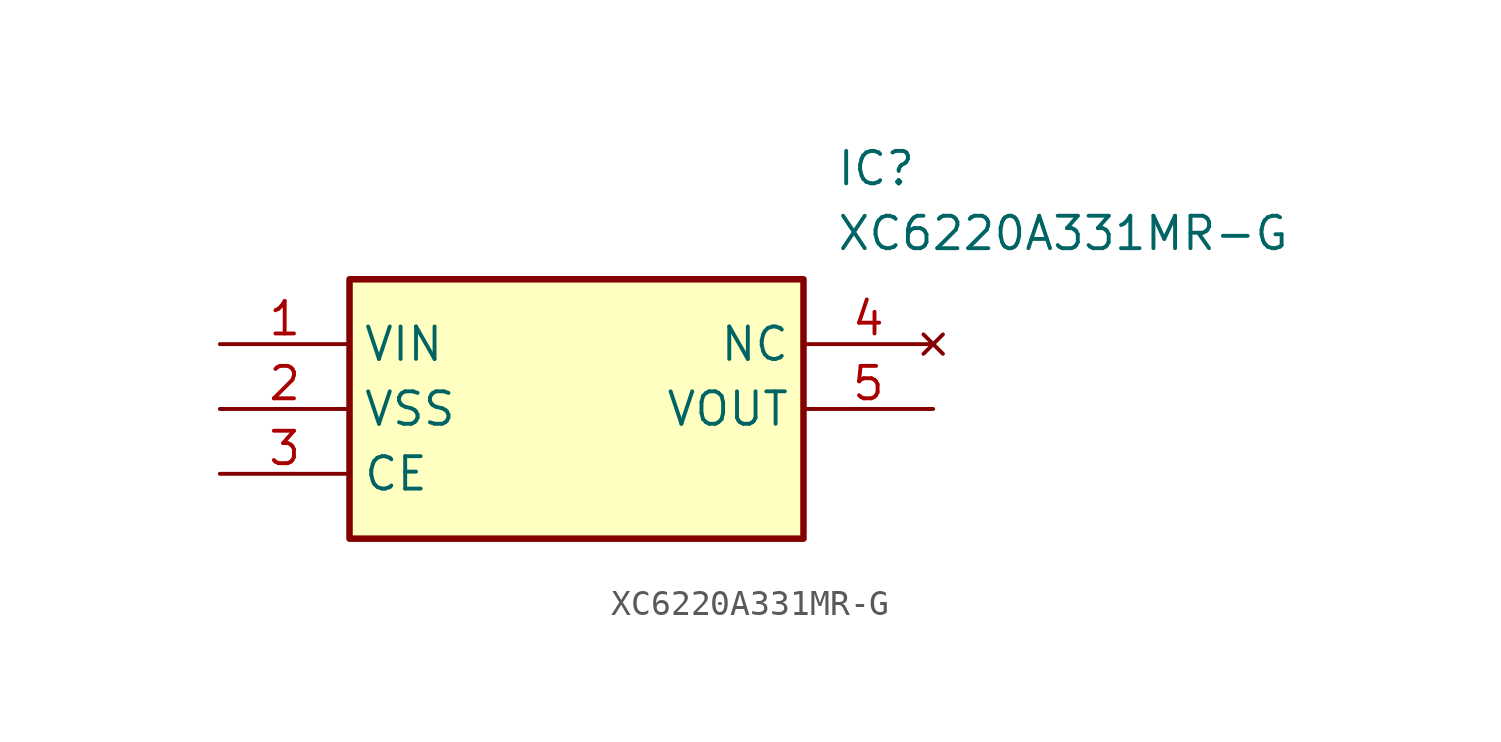
<source format=kicad_sym>
(kicad_symbol_lib
  (version 20211014)
  (generator SamacSys_ECAD_Model)
  (symbol "XC6220A331MR-G"
    (property "Reference" "IC"
      (at 24.13 7.62 0)
      (effects (font (size 1.27 1.27)) (justify left top)))
    (property "Value" "XC6220A331MR-G"
      (at 24.13 5.08 0)
      (effects (font (size 1.27 1.27)) (justify left top)))
    (rectangle
      (start 5.08 2.54)
      (end 22.86 -7.62)
      (stroke (width 0.254) (type default))
      (fill (type background)))
    (pin passive line
      (at 0 0 0)
      (length 5.08)
      (name "VIN" (effects (font (size 1.27 1.27))))
      (number "1" (effects (font (size 1.27 1.27)))))
    (pin passive line
      (at 0 -2.54 0)
      (length 5.08)
      (name "VSS" (effects (font (size 1.27 1.27))))
      (number "2" (effects (font (size 1.27 1.27)))))
    (pin passive line
      (at 0 -5.08 0)
      (length 5.08)
      (name "CE" (effects (font (size 1.27 1.27))))
      (number "3" (effects (font (size 1.27 1.27)))))
    (pin no_connect line
      (at 27.94 0 180)
      (length 5.08)
      (name "NC" (effects (font (size 1.27 1.27))))
      (number "4" (effects (font (size 1.27 1.27)))))
    (pin passive line
      (at 27.94 -2.54 180)
      (length 5.08)
      (name "VOUT" (effects (font (size 1.27 1.27))))
      (number "5" (effects (font (size 1.27 1.27)))))))
</source>
